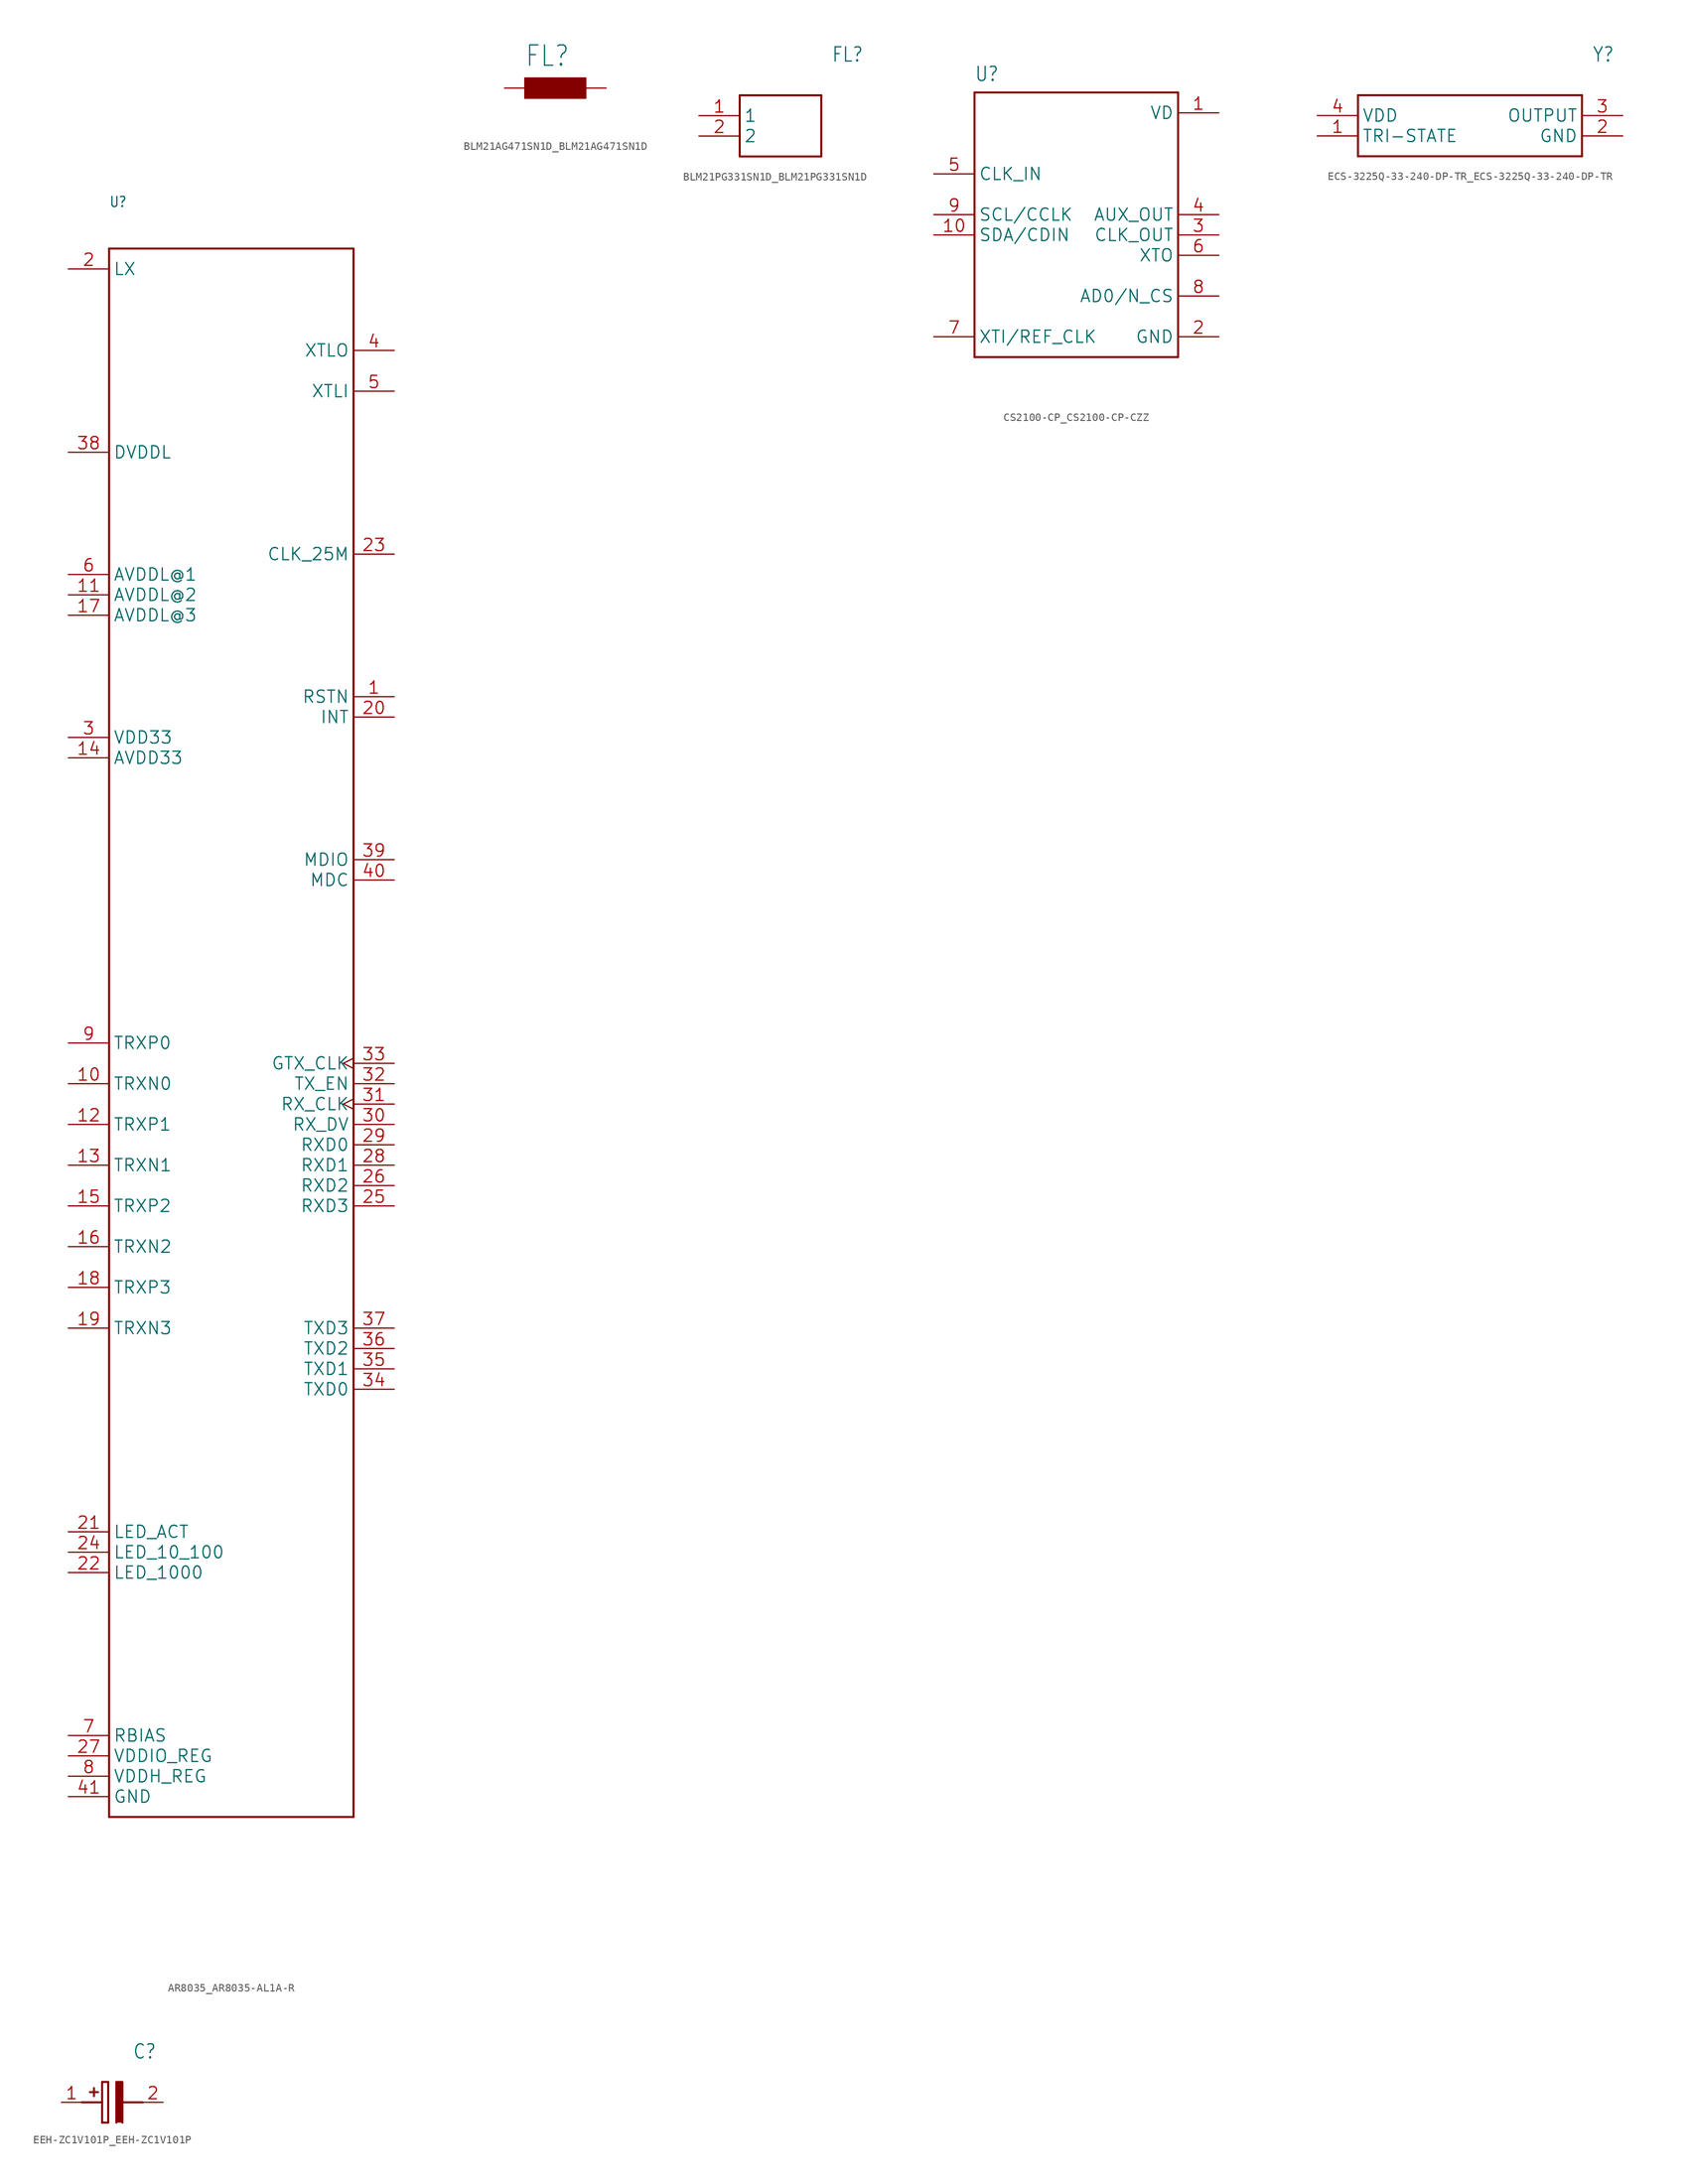
<source format=kicad_sym>
(kicad_symbol_lib
  (version 20241209)
  (generator "kicad_symbol_editor")
  (generator_version "9.0")
  (symbol "AR8035_AR8035-AL1A-R"
    (property "Reference" "U"
      (at -15.24 104.14 0)
      (effects (font (size 1.27 1.08)) (justify left bottom)))
    (property "Value" ""
      (at -15.24 101.6 0)
      (effects (font (size 1.271 1.08)) (justify left bottom)))
    (property "ki_locked" ""
      (at 0 0 0)
      (effects (font (size 1.27 1.27))))
    (symbol "AR8035_AR8035-AL1A-R_1_0"
      (polyline (pts (xy -15.24 99.06) (xy -15.24 -96.52)) (stroke (width 0.254) (type solid)) (fill (type none)))
      (polyline (pts (xy -15.24 -96.52) (xy 15.24 -96.52)) (stroke (width 0.254) (type solid)) (fill (type none)))
      (polyline (pts (xy 15.24 99.06) (xy -15.24 99.06)) (stroke (width 0.254) (type solid)) (fill (type none)))
      (polyline (pts (xy 15.24 -96.52) (xy 15.24 99.06)) (stroke (width 0.254) (type solid)) (fill (type none)))
      (pin output line (at -20.32 96.52 0) (length 5.08) (name "LX" (effects (font (size 1.524 1.524)))) (number "2" (effects (font (size 1.524 1.524)))))
      (pin power_in line (at -20.32 73.66 0) (length 5.08) (name "DVDDL" (effects (font (size 1.524 1.524)))) (number "38" (effects (font (size 1.524 1.524)))))
      (pin power_in line (at -20.32 58.42 0) (length 5.08) (name "AVDDL@1" (effects (font (size 1.524 1.524)))) (number "6" (effects (font (size 1.524 1.524)))))
      (pin power_in line (at -20.32 55.88 0) (length 5.08) (name "AVDDL@2" (effects (font (size 1.524 1.524)))) (number "11" (effects (font (size 1.524 1.524)))))
      (pin power_in line (at -20.32 53.34 0) (length 5.08) (name "AVDDL@3" (effects (font (size 1.524 1.524)))) (number "17" (effects (font (size 1.524 1.524)))))
      (pin power_in line (at -20.32 38.1 0) (length 5.08) (name "VDD33" (effects (font (size 1.524 1.524)))) (number "3" (effects (font (size 1.524 1.524)))))
      (pin power_in line (at -20.32 35.56 0) (length 5.08) (name "AVDD33" (effects (font (size 1.524 1.524)))) (number "14" (effects (font (size 1.524 1.524)))))
      (pin input line (at -20.32 0 0) (length 5.08) (name "TRXP0" (effects (font (size 1.524 1.524)))) (number "9" (effects (font (size 1.524 1.524)))))
      (pin output line (at -20.32 -5.08 0) (length 5.08) (name "TRXN0" (effects (font (size 1.524 1.524)))) (number "10" (effects (font (size 1.524 1.524)))))
      (pin input line (at -20.32 -10.16 0) (length 5.08) (name "TRXP1" (effects (font (size 1.524 1.524)))) (number "12" (effects (font (size 1.524 1.524)))))
      (pin output line (at -20.32 -15.24 0) (length 5.08) (name "TRXN1" (effects (font (size 1.524 1.524)))) (number "13" (effects (font (size 1.524 1.524)))))
      (pin input line (at -20.32 -20.32 0) (length 5.08) (name "TRXP2" (effects (font (size 1.524 1.524)))) (number "15" (effects (font (size 1.524 1.524)))))
      (pin output line (at -20.32 -25.4 0) (length 5.08) (name "TRXN2" (effects (font (size 1.524 1.524)))) (number "16" (effects (font (size 1.524 1.524)))))
      (pin input line (at -20.32 -30.48 0) (length 5.08) (name "TRXP3" (effects (font (size 1.524 1.524)))) (number "18" (effects (font (size 1.524 1.524)))))
      (pin output line (at -20.32 -35.56 0) (length 5.08) (name "TRXN3" (effects (font (size 1.524 1.524)))) (number "19" (effects (font (size 1.524 1.524)))))
      (pin bidirectional line (at -20.32 -60.96 0) (length 5.08) (name "LED_ACT" (effects (font (size 1.524 1.524)))) (number "21" (effects (font (size 1.524 1.524)))))
      (pin bidirectional line (at -20.32 -63.5 0) (length 5.08) (name "LED_10_100" (effects (font (size 1.524 1.524)))) (number "24" (effects (font (size 1.524 1.524)))))
      (pin bidirectional line (at -20.32 -66.04 0) (length 5.08) (name "LED_1000" (effects (font (size 1.524 1.524)))) (number "22" (effects (font (size 1.524 1.524)))))
      (pin output line (at -20.32 -86.36 0) (length 5.08) (name "RBIAS" (effects (font (size 1.524 1.524)))) (number "7" (effects (font (size 1.524 1.524)))))
      (pin output line (at -20.32 -88.9 0) (length 5.08) (name "VDDIO_REG" (effects (font (size 1.524 1.524)))) (number "27" (effects (font (size 1.524 1.524)))))
      (pin output line (at -20.32 -91.44 0) (length 5.08) (name "VDDH_REG" (effects (font (size 1.524 1.524)))) (number "8" (effects (font (size 1.524 1.524)))))
      (pin power_in line (at -20.32 -93.98 0) (length 5.08) (name "GND" (effects (font (size 1.524 1.524)))) (number "41" (effects (font (size 1.524 1.524)))))
      (pin output line (at 20.32 86.36 180) (length 5.08) (name "XTLO" (effects (font (size 1.524 1.524)))) (number "4" (effects (font (size 1.524 1.524)))))
      (pin input line (at 20.32 81.28 180) (length 5.08) (name "XTLI" (effects (font (size 1.524 1.524)))) (number "5" (effects (font (size 1.524 1.524)))))
      (pin output line (at 20.32 60.96 180) (length 5.08) (name "CLK_25M" (effects (font (size 1.524 1.524)))) (number "23" (effects (font (size 1.524 1.524)))))
      (pin input line (at 20.32 43.18 180) (length 5.08) (name "RSTN" (effects (font (size 1.524 1.524)))) (number "1" (effects (font (size 1.524 1.524)))))
      (pin bidirectional line (at 20.32 40.64 180) (length 5.08) (name "INT" (effects (font (size 1.524 1.524)))) (number "20" (effects (font (size 1.524 1.524)))))
      (pin bidirectional line (at 20.32 22.86 180) (length 5.08) (name "MDIO" (effects (font (size 1.524 1.524)))) (number "39" (effects (font (size 1.524 1.524)))))
      (pin input line (at 20.32 20.32 180) (length 5.08) (name "MDC" (effects (font (size 1.524 1.524)))) (number "40" (effects (font (size 1.524 1.524)))))
      (pin input clock (at 20.32 -2.54 180) (length 5.08) (name "GTX_CLK" (effects (font (size 1.524 1.524)))) (number "33" (effects (font (size 1.524 1.524)))))
      (pin input line (at 20.32 -5.08 180) (length 5.08) (name "TX_EN" (effects (font (size 1.524 1.524)))) (number "32" (effects (font (size 1.524 1.524)))))
      (pin bidirectional clock (at 20.32 -7.62 180) (length 5.08) (name "RX_CLK" (effects (font (size 1.524 1.524)))) (number "31" (effects (font (size 1.524 1.524)))))
      (pin bidirectional line (at 20.32 -10.16 180) (length 5.08) (name "RX_DV" (effects (font (size 1.524 1.524)))) (number "30" (effects (font (size 1.524 1.524)))))
      (pin bidirectional line (at 20.32 -12.7 180) (length 5.08) (name "RXD0" (effects (font (size 1.524 1.524)))) (number "29" (effects (font (size 1.524 1.524)))))
      (pin bidirectional line (at 20.32 -15.24 180) (length 5.08) (name "RXD1" (effects (font (size 1.524 1.524)))) (number "28" (effects (font (size 1.524 1.524)))))
      (pin bidirectional line (at 20.32 -17.78 180) (length 5.08) (name "RXD2" (effects (font (size 1.524 1.524)))) (number "26" (effects (font (size 1.524 1.524)))))
      (pin bidirectional line (at 20.32 -20.32 180) (length 5.08) (name "RXD3" (effects (font (size 1.524 1.524)))) (number "25" (effects (font (size 1.524 1.524)))))
      (pin input line (at 20.32 -35.56 180) (length 5.08) (name "TXD3" (effects (font (size 1.524 1.524)))) (number "37" (effects (font (size 1.524 1.524)))))
      (pin input line (at 20.32 -38.1 180) (length 5.08) (name "TXD2" (effects (font (size 1.524 1.524)))) (number "36" (effects (font (size 1.524 1.524)))))
      (pin input line (at 20.32 -40.64 180) (length 5.08) (name "TXD1" (effects (font (size 1.524 1.524)))) (number "35" (effects (font (size 1.524 1.524)))))
      (pin input line (at 20.32 -43.18 180) (length 5.08) (name "TXD0" (effects (font (size 1.524 1.524)))) (number "34" (effects (font (size 1.524 1.524)))))))
  (symbol "BLM21AG471SN1D_BLM21AG471SN1D"
    (property "Reference" "FL"
      (at -3.814 2.541 0)
      (effects (font (size 2.541 2.16)) (justify left bottom)))
    (property "Value" ""
      (at -3.82 -5.087 0)
      (effects (font (size 2.543 2.162)) (justify left bottom)))
    (property "ki_locked" ""
      (at 0 0 0)
      (effects (font (size 1.27 1.27))))
    (symbol "BLM21AG471SN1D_BLM21AG471SN1D_1_0"
      (rectangle (start -3.81 -1.27) (end 3.81 1.27) (stroke (width 0) (type default)) (fill (type outline)))
      (pin passive line (at -6.35 0 0) (length 2.54) (name "1" (effects (font (size 0 0)))) (number "1" (effects (font (size 0 0)))))
      (pin passive line (at 6.35 0 180) (length 2.54) (name "2" (effects (font (size 0 0)))) (number "2" (effects (font (size 0 0)))))))
  (symbol "BLM21PG331SN1D_BLM21PG331SN1D"
    (property "Reference" "FL"
      (at 16.51 7.62 0)
      (effects (font (size 1.778 1.511)) (justify left)))
    (property "Value" ""
      (at 16.51 5.08 0)
      (effects (font (size 1.778 1.511)) (justify left)))
    (property "ki_locked" ""
      (at 0 0 0)
      (effects (font (size 1.27 1.27))))
    (symbol "BLM21PG331SN1D_BLM21PG331SN1D_1_0"
      (polyline (pts (xy 5.08 2.54) (xy 5.08 -5.08)) (stroke (width 0.254) (type solid)) (fill (type none)))
      (polyline (pts (xy 5.08 2.54) (xy 15.24 2.54)) (stroke (width 0.254) (type solid)) (fill (type none)))
      (polyline (pts (xy 15.24 -5.08) (xy 5.08 -5.08)) (stroke (width 0.254) (type solid)) (fill (type none)))
      (polyline (pts (xy 15.24 -5.08) (xy 15.24 2.54)) (stroke (width 0.254) (type solid)) (fill (type none)))
      (pin bidirectional line (at 0 0 0) (length 5.08) (name "1" (effects (font (size 1.524 1.524)))) (number "1" (effects (font (size 1.524 1.524)))))
      (pin bidirectional line (at 0 -2.54 0) (length 5.08) (name "2" (effects (font (size 1.524 1.524)))) (number "2" (effects (font (size 1.524 1.524)))))))
  (symbol "CS2100-CP_CS2100-CP-CZZ"
    (property "Reference" "U"
      (at -12.7 21.59 0)
      (effects (font (size 1.778 1.511)) (justify left bottom)))
    (property "Value" ""
      (at -12.7 -15.24 0)
      (effects (font (size 1.778 1.511)) (justify left bottom)))
    (property "ki_locked" ""
      (at 0 0 0)
      (effects (font (size 1.27 1.27))))
    (symbol "CS2100-CP_CS2100-CP-CZZ_1_0"
      (polyline (pts (xy -12.7 20.32) (xy 12.7 20.32)) (stroke (width 0.254) (type solid)) (fill (type none)))
      (polyline (pts (xy -12.7 -12.7) (xy -12.7 20.32)) (stroke (width 0.254) (type solid)) (fill (type none)))
      (polyline (pts (xy 12.7 20.32) (xy 12.7 -12.7)) (stroke (width 0.254) (type solid)) (fill (type none)))
      (polyline (pts (xy 12.7 -12.7) (xy -12.7 -12.7)) (stroke (width 0.254) (type solid)) (fill (type none)))
      (pin bidirectional line (at -17.78 10.16 0) (length 5.08) (name "CLK_IN" (effects (font (size 1.524 1.524)))) (number "5" (effects (font (size 1.524 1.524)))))
      (pin bidirectional line (at -17.78 5.08 0) (length 5.08) (name "SCL/CCLK" (effects (font (size 1.524 1.524)))) (number "9" (effects (font (size 1.524 1.524)))))
      (pin bidirectional line (at -17.78 2.54 0) (length 5.08) (name "SDA/CDIN" (effects (font (size 1.524 1.524)))) (number "10" (effects (font (size 1.524 1.524)))))
      (pin bidirectional line (at -17.78 -10.16 0) (length 5.08) (name "XTI/REF_CLK" (effects (font (size 1.524 1.524)))) (number "7" (effects (font (size 1.524 1.524)))))
      (pin bidirectional line (at 17.78 17.78 180) (length 5.08) (name "VD" (effects (font (size 1.524 1.524)))) (number "1" (effects (font (size 1.524 1.524)))))
      (pin bidirectional line (at 17.78 5.08 180) (length 5.08) (name "AUX_OUT" (effects (font (size 1.524 1.524)))) (number "4" (effects (font (size 1.524 1.524)))))
      (pin bidirectional line (at 17.78 2.54 180) (length 5.08) (name "CLK_OUT" (effects (font (size 1.524 1.524)))) (number "3" (effects (font (size 1.524 1.524)))))
      (pin bidirectional line (at 17.78 0 180) (length 5.08) (name "XTO" (effects (font (size 1.524 1.524)))) (number "6" (effects (font (size 1.524 1.524)))))
      (pin bidirectional line (at 17.78 -5.08 180) (length 5.08) (name "AD0/N_CS" (effects (font (size 1.524 1.524)))) (number "8" (effects (font (size 1.524 1.524)))))
      (pin bidirectional line (at 17.78 -10.16 180) (length 5.08) (name "GND" (effects (font (size 1.524 1.524)))) (number "2" (effects (font (size 1.524 1.524)))))))
  (symbol "ECS-3225Q-33-240-DP-TR_ECS-3225Q-33-240-DP-TR"
    (property "Reference" "Y"
      (at 34.29 7.62 0)
      (effects (font (size 1.778 1.511)) (justify left)))
    (property "Value" ""
      (at 34.29 5.08 0)
      (effects (font (size 1.778 1.511)) (justify left)))
    (property "ki_locked" ""
      (at 0 0 0)
      (effects (font (size 1.27 1.27))))
    (symbol "ECS-3225Q-33-240-DP-TR_ECS-3225Q-33-240-DP-TR_1_0"
      (polyline (pts (xy 5.08 2.54) (xy 5.08 -5.08)) (stroke (width 0.254) (type solid)) (fill (type none)))
      (polyline (pts (xy 5.08 2.54) (xy 33.02 2.54)) (stroke (width 0.254) (type solid)) (fill (type none)))
      (polyline (pts (xy 33.02 -5.08) (xy 5.08 -5.08)) (stroke (width 0.254) (type solid)) (fill (type none)))
      (polyline (pts (xy 33.02 -5.08) (xy 33.02 2.54)) (stroke (width 0.254) (type solid)) (fill (type none)))
      (pin bidirectional line (at 0 0 0) (length 5.08) (name "VDD" (effects (font (size 1.524 1.524)))) (number "4" (effects (font (size 1.524 1.524)))))
      (pin bidirectional line (at 0 -2.54 0) (length 5.08) (name "TRI-STATE" (effects (font (size 1.524 1.524)))) (number "1" (effects (font (size 1.524 1.524)))))
      (pin bidirectional line (at 38.1 0 180) (length 5.08) (name "OUTPUT" (effects (font (size 1.524 1.524)))) (number "3" (effects (font (size 1.524 1.524)))))
      (pin bidirectional line (at 38.1 -2.54 180) (length 5.08) (name "GND" (effects (font (size 1.524 1.524)))) (number "2" (effects (font (size 1.524 1.524)))))))
  (symbol "EEH-ZC1V101P_EEH-ZC1V101P"
    (property "Reference" "C"
      (at 8.89 6.35 0)
      (effects (font (size 1.778 1.511)) (justify left)))
    (property "Value" ""
      (at 8.89 3.81 0)
      (effects (font (size 1.778 1.511)) (justify left)))
    (property "ki_locked" ""
      (at 0 0 0)
      (effects (font (size 1.27 1.27))))
    (symbol "EEH-ZC1V101P_EEH-ZC1V101P_1_0"
      (polyline (pts (xy 2.54 0) (xy 5.08 0)) (stroke (width 0.254) (type solid)) (fill (type none)))
      (polyline (pts (xy 4.064 1.778) (xy 4.064 0.762)) (stroke (width 0.254) (type solid)) (fill (type none)))
      (polyline (pts (xy 4.572 1.27) (xy 3.556 1.27)) (stroke (width 0.254) (type solid)) (fill (type none)))
      (polyline (pts (xy 5.08 2.54) (xy 5.08 0)) (stroke (width 0.254) (type solid)) (fill (type none)))
      (polyline (pts (xy 5.08 2.54) (xy 5.842 2.54)) (stroke (width 0.254) (type solid)) (fill (type none)))
      (polyline (pts (xy 5.08 0) (xy 5.08 -2.54)) (stroke (width 0.254) (type solid)) (fill (type none)))
      (polyline (pts (xy 5.842 -2.54) (xy 5.08 -2.54)) (stroke (width 0.254) (type solid)) (fill (type none)))
      (polyline (pts (xy 5.842 -2.54) (xy 5.842 2.54)) (stroke (width 0.254) (type solid)) (fill (type none)))
      (polyline (pts (xy 7.62 0) (xy 10.16 0)) (stroke (width 0.254) (type solid)) (fill (type none)))
      (polyline (pts (xy 7.62 -2.54) (xy 7.62 2.54) (xy 6.858 2.54) (xy 6.858 -2.54)) (stroke (width 0.254) (type solid)) (fill (type outline)))
      (pin bidirectional line (at 0 0 0) (length 2.54) (name "+" (effects (font (size 0 0)))) (number "1" (effects (font (size 1.524 1.524)))))
      (pin bidirectional line (at 12.7 0 180) (length 2.54) (name "-" (effects (font (size 0 0)))) (number "2" (effects (font (size 1.524 1.524))))))))
</source>
